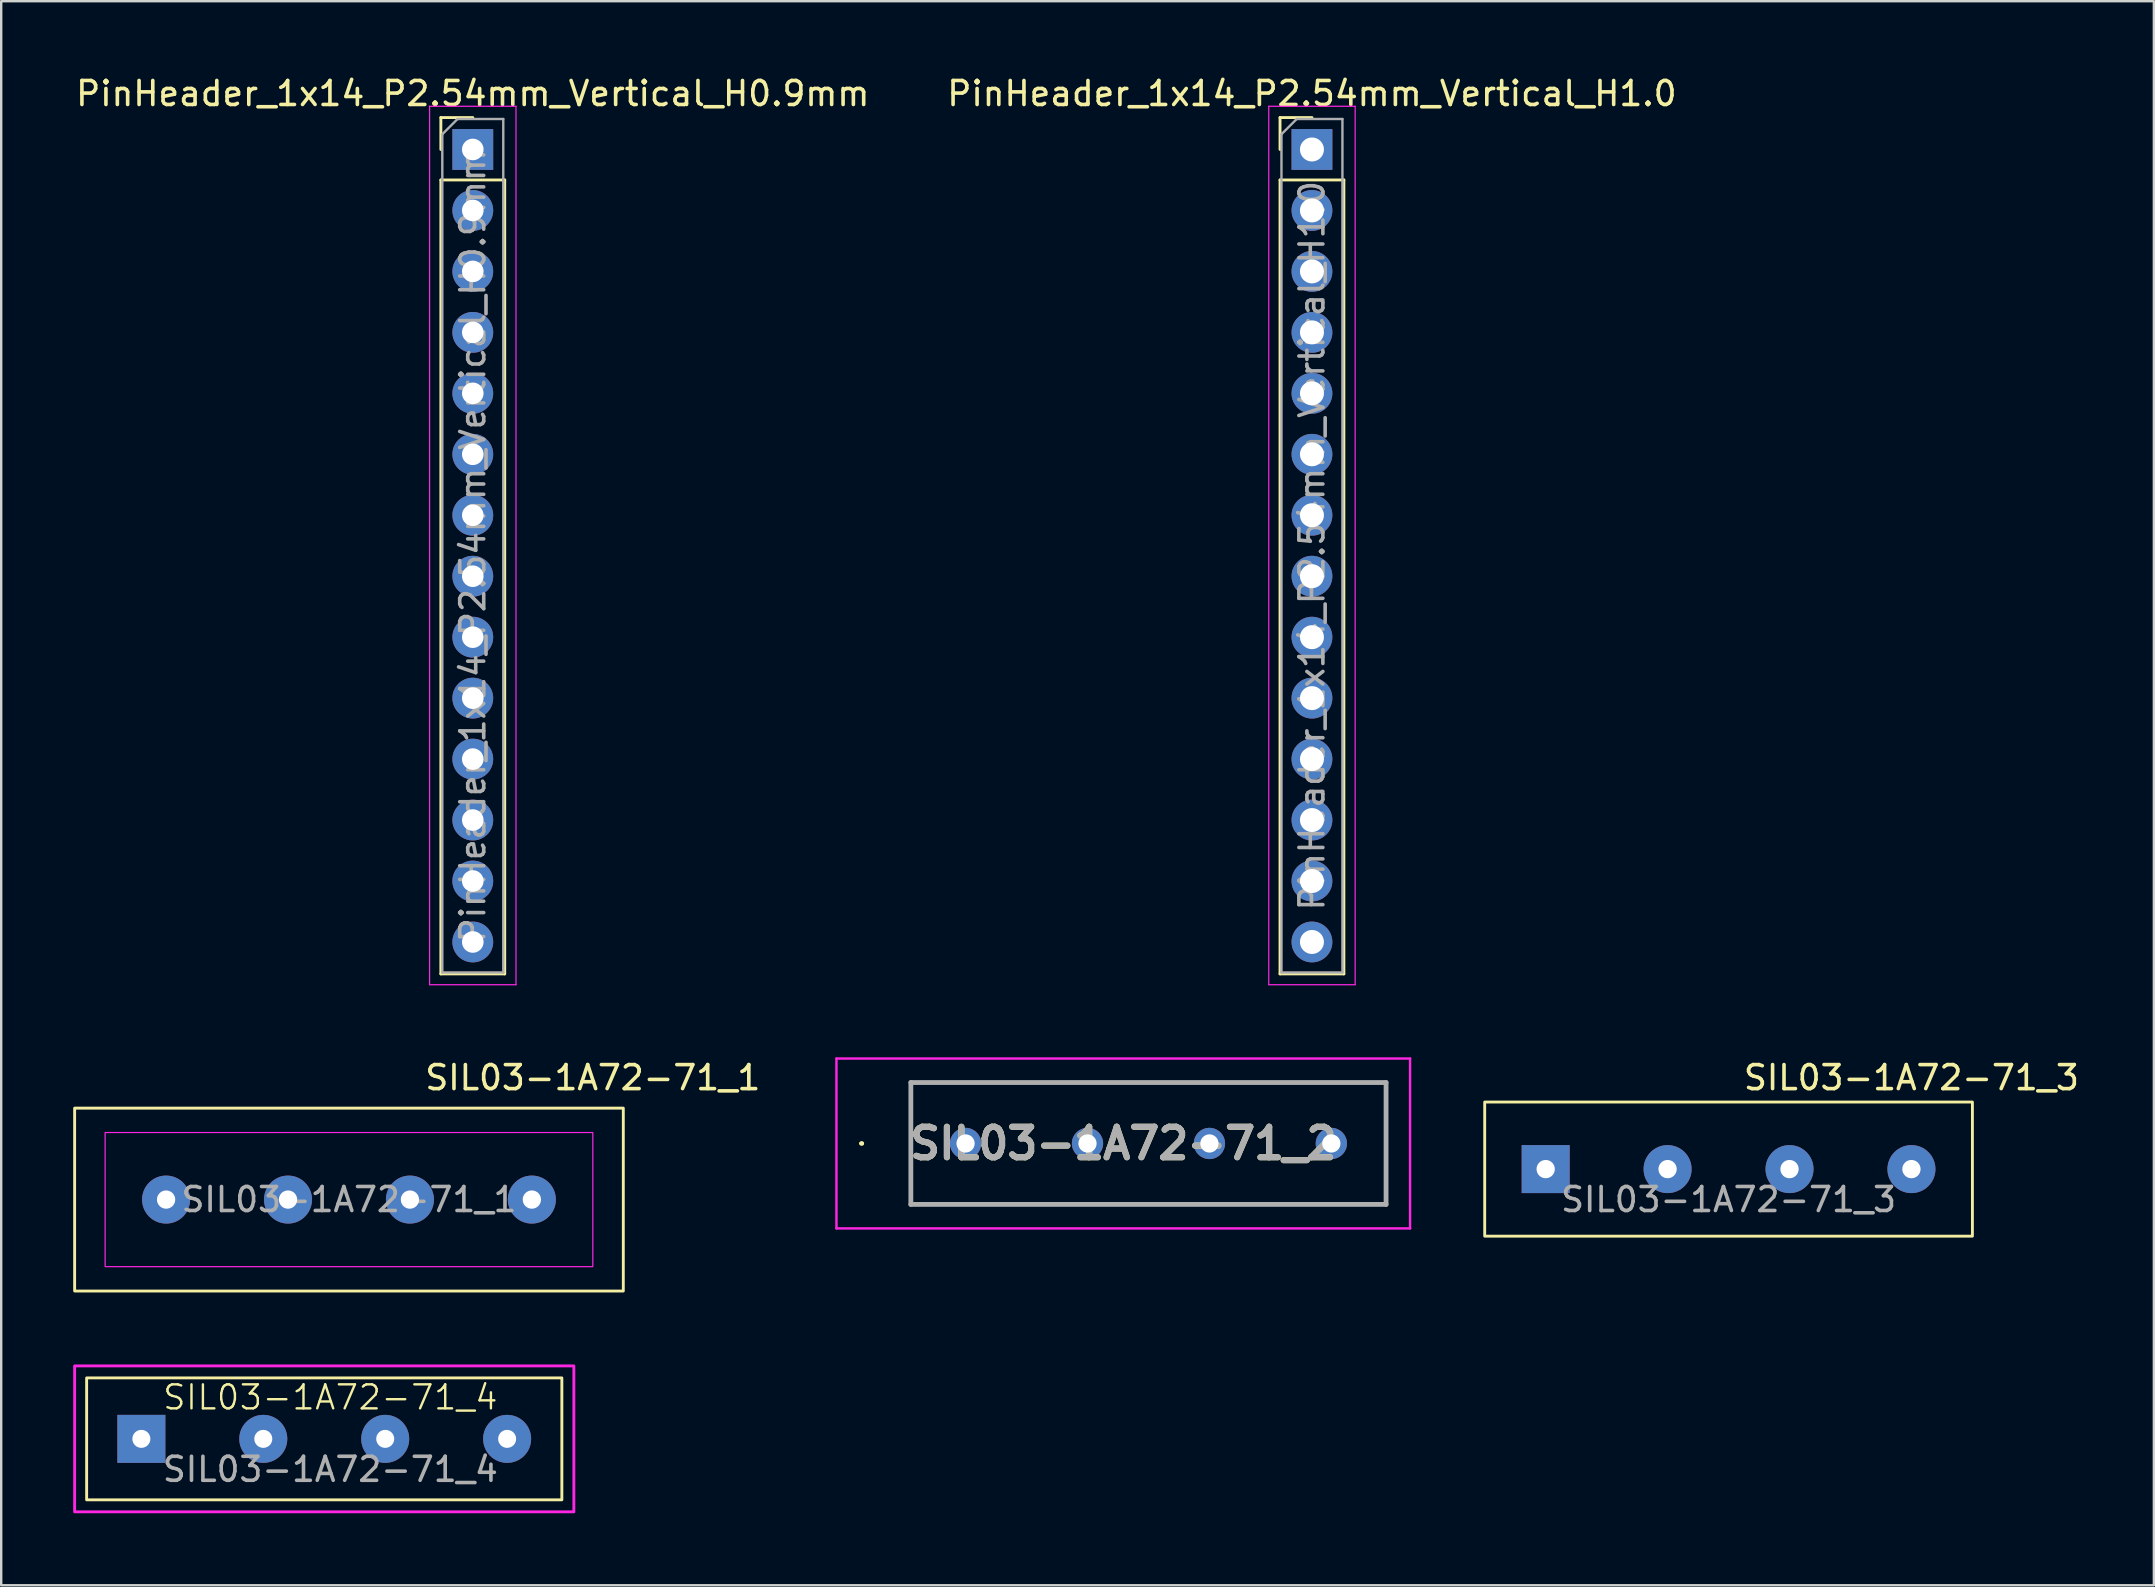
<source format=kicad_pcb>
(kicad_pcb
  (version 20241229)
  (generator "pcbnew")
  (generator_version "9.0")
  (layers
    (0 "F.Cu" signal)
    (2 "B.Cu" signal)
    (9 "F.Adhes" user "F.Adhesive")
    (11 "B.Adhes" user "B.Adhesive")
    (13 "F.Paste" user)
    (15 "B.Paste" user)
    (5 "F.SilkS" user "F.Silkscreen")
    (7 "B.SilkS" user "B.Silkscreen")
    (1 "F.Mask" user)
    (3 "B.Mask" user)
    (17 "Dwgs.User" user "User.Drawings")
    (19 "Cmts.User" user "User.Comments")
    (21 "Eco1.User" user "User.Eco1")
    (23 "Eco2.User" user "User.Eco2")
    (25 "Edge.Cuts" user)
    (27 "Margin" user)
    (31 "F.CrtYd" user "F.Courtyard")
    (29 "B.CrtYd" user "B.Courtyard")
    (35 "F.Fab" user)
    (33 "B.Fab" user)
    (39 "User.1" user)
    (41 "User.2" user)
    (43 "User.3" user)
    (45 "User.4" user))
  (footprint "SIL03-1A72-71_4"
    (layer "F.Cu")
    (at 10.46 56.901)
    (property "Reference" "SIL03-1A72-71_4" (at 0.254 -1.73 0) (unlocked yes) (layer "F.SilkS") (effects (font (size 1 1) (thickness 0.1))))
    (attr through_hole)
    (fp_rect (start -9.9 -2.54) (end 9.9 2.54) (stroke (width 0.12) (type default)) (fill no) (layer "F.SilkS"))
    (fp_rect (start -10.4 -3.04) (end 10.4 3.04) (stroke (width 0.12) (type default)) (fill no) (layer "F.CrtYd"))
    (fp_text user "${REFERENCE}" (at 0.254 1.27 0) (unlocked yes) (layer "F.Fab") (effects (font (size 1 1) (thickness 0.15))))
    (pad "1" thru_hole rect (at -7.62 0) (size 2 2) (drill 0.75) (layers "*.Cu" "*.Mask"))
    (pad "3" thru_hole circle (at -2.54 0) (size 2 2) (drill 0.75) (layers "*.Cu" "*.Mask" "Eco1.User"))
    (pad "5" thru_hole circle (at 2.54 0) (size 2 2) (drill 0.75) (layers "*.Cu" "*.Mask"))
    (pad "7" thru_hole circle (at 7.62 0) (size 2 2) (drill 0.75) (layers "*.Cu" "*.Mask")))
  (footprint "SIL03-1A72-71_3"
    (layer "F.Cu")
    (at 68.971 45.661)
    (property "Reference" "SIL03-1A72-71_3" (at 7.62 -3.81 0) (unlocked yes) (layer "F.SilkS") (effects (font (size 1 1) (thickness 0.15))))
    (attr through_hole)
    (fp_poly (pts (xy -10.16 -2.794) (xy 10.16 -2.794) (xy 10.16 2.794) (xy -10.16 2.794)) (stroke (width 0.12) (type solid)) (fill no) (layer "F.SilkS"))
    (fp_text user "${REFERENCE}" (at 0 1.27 0) (unlocked yes) (layer "F.Fab") (effects (font (size 1 1) (thickness 0.15))))
    (pad "1" thru_hole rect (at -7.62 0) (size 2 2) (drill 0.762) (layers "*.Cu" "*.Mask"))
    (pad "3" thru_hole circle (at -2.54 0) (size 2 2) (drill 0.762) (layers "*.Cu" "*.Mask"))
    (pad "5" thru_hole circle (at 2.54 0) (size 2 2) (drill 0.762) (layers "*.Cu" "*.Mask"))
    (pad "7" thru_hole circle (at 7.62 0) (size 2 2) (drill 0.762) (layers "*.Cu" "*.Mask")))
  (footprint "PinHeader_1x14_P2.54mm_Vertical_H0.9mm"
    (layer "F.Cu")
    (at 16.649 3.178)
    (property "Reference" "PinHeader_1x14_P2.54mm_Vertical_H0.9mm" (at 0 -2.33 0) (layer "F.SilkS") (effects (font (size 1 1) (thickness 0.15))))
    (attr through_hole)
    (fp_line (start -1.33 -1.33) (end 0 -1.33) (stroke (width 0.12) (type solid)) (layer "F.SilkS"))
    (fp_line (start -1.33 0) (end -1.33 -1.33) (stroke (width 0.12) (type solid)) (layer "F.SilkS"))
    (fp_line (start -1.33 1.27) (end -1.33 34.35) (stroke (width 0.12) (type solid)) (layer "F.SilkS"))
    (fp_line (start -1.33 1.27) (end 1.33 1.27) (stroke (width 0.12) (type solid)) (layer "F.SilkS"))
    (fp_line (start -1.33 34.35) (end 1.33 34.35) (stroke (width 0.12) (type solid)) (layer "F.SilkS"))
    (fp_line (start 1.33 1.27) (end 1.33 34.35) (stroke (width 0.12) (type solid)) (layer "F.SilkS"))
    (fp_line (start -1.8 -1.8) (end -1.8 34.8) (stroke (width 0.05) (type solid)) (layer "F.CrtYd"))
    (fp_line (start -1.8 34.8) (end 1.8 34.8) (stroke (width 0.05) (type solid)) (layer "F.CrtYd"))
    (fp_line (start 1.8 -1.8) (end -1.8 -1.8) (stroke (width 0.05) (type solid)) (layer "F.CrtYd"))
    (fp_line (start 1.8 34.8) (end 1.8 -1.8) (stroke (width 0.05) (type solid)) (layer "F.CrtYd"))
    (fp_line (start -1.27 -0.635) (end -0.635 -1.27) (stroke (width 0.1) (type solid)) (layer "F.Fab"))
    (fp_line (start -1.27 34.29) (end -1.27 -0.635) (stroke (width 0.1) (type solid)) (layer "F.Fab"))
    (fp_line (start -0.635 -1.27) (end 1.27 -1.27) (stroke (width 0.1) (type solid)) (layer "F.Fab"))
    (fp_line (start 1.27 -1.27) (end 1.27 34.29) (stroke (width 0.1) (type solid)) (layer "F.Fab"))
    (fp_line (start 1.27 34.29) (end -1.27 34.29) (stroke (width 0.1) (type solid)) (layer "F.Fab"))
    (fp_text user "${REFERENCE}" (at 0 16.51 90) (layer "F.Fab") (effects (font (size 1 1) (thickness 0.15))))
    (pad "1" thru_hole rect (at 0 0) (size 1.7 1.7) (drill 0.9) (layers "*.Cu" "*.Mask"))
    (pad "2" thru_hole oval (at 0 2.54) (size 1.7 1.7) (drill 0.9) (layers "*.Cu" "*.Mask"))
    (pad "3" thru_hole oval (at 0 5.08) (size 1.7 1.7) (drill 0.9) (layers "*.Cu" "*.Mask"))
    (pad "4" thru_hole oval (at 0 7.62) (size 1.7 1.7) (drill 0.9) (layers "*.Cu" "*.Mask"))
    (pad "5" thru_hole oval (at 0 10.16) (size 1.7 1.7) (drill 0.9) (layers "*.Cu" "*.Mask"))
    (pad "6" thru_hole oval (at 0 12.7) (size 1.7 1.7) (drill 0.9) (layers "*.Cu" "*.Mask"))
    (pad "7" thru_hole oval (at 0 15.24) (size 1.7 1.7) (drill 0.9) (layers "*.Cu" "*.Mask"))
    (pad "8" thru_hole oval (at 0 17.78) (size 1.7 1.7) (drill 0.9) (layers "*.Cu" "*.Mask"))
    (pad "9" thru_hole oval (at 0 20.32) (size 1.7 1.7) (drill 0.9) (layers "*.Cu" "*.Mask"))
    (pad "10" thru_hole oval (at 0 22.86) (size 1.7 1.7) (drill 0.9) (layers "*.Cu" "*.Mask"))
    (pad "11" thru_hole oval (at 0 25.4) (size 1.7 1.7) (drill 0.9) (layers "*.Cu" "*.Mask"))
    (pad "12" thru_hole oval (at 0 27.94) (size 1.7 1.7) (drill 0.9) (layers "*.Cu" "*.Mask"))
    (pad "13" thru_hole oval (at 0 30.48) (size 1.7 1.7) (drill 0.9) (layers "*.Cu" "*.Mask"))
    (pad "14" thru_hole oval (at 0 33.02) (size 1.7 1.7) (drill 0.9) (layers "*.Cu" "*.Mask")))
  (footprint "SIL03-1A72-71_2"
    (layer "F.Cu")
    (at 37.181 44.593)
    (property "Reference" "SIL03-1A72-71_2" (at 6.57 0 0) (layer "F.SilkS") (effects (font (size 1.27 1.27) (thickness 0.254))))
    (attr through_hole)
    (fp_line (start -4.38 0) (end -4.38 0) (stroke (width 0.1) (type solid)) (layer "F.SilkS"))
    (fp_line (start -4.28 0) (end -4.28 0) (stroke (width 0.1) (type solid)) (layer "F.SilkS"))
    (fp_line (start -2.28 -2.54) (end 17.52 -2.54) (stroke (width 0.1) (type solid)) (layer "F.SilkS"))
    (fp_line (start -2.28 2.54) (end -2.28 -2.54) (stroke (width 0.1) (type solid)) (layer "F.SilkS"))
    (fp_line (start 17.52 -2.54) (end 17.52 2.54) (stroke (width 0.1) (type solid)) (layer "F.SilkS"))
    (fp_line (start 17.52 2.54) (end -2.28 2.54) (stroke (width 0.1) (type solid)) (layer "F.SilkS"))
    (fp_arc (start -4.38 0) (mid -4.33 -0.05) (end -4.28 0) (stroke (width 0.1) (type solid)) (layer "F.SilkS"))
    (fp_arc (start -4.28 0) (mid -4.33 0.05) (end -4.38 0) (stroke (width 0.1) (type solid)) (layer "F.SilkS"))
    (fp_line (start -5.38 -3.54) (end 18.52 -3.54) (stroke (width 0.1) (type solid)) (layer "F.CrtYd"))
    (fp_line (start -5.38 3.54) (end -5.38 -3.54) (stroke (width 0.1) (type solid)) (layer "F.CrtYd"))
    (fp_line (start 18.52 -3.54) (end 18.52 3.54) (stroke (width 0.1) (type solid)) (layer "F.CrtYd"))
    (fp_line (start 18.52 3.54) (end -5.38 3.54) (stroke (width 0.1) (type solid)) (layer "F.CrtYd"))
    (fp_line (start -2.28 -2.54) (end 17.52 -2.54) (stroke (width 0.2) (type solid)) (layer "F.Fab"))
    (fp_line (start -2.28 2.54) (end -2.28 -2.54) (stroke (width 0.2) (type solid)) (layer "F.Fab"))
    (fp_line (start 17.52 -2.54) (end 17.52 2.54) (stroke (width 0.2) (type solid)) (layer "F.Fab"))
    (fp_line (start 17.52 2.54) (end -2.28 2.54) (stroke (width 0.2) (type solid)) (layer "F.Fab"))
    (fp_text user "${REFERENCE}" (at 6.57 0 0) (layer "F.Fab") (effects (font (size 1.27 1.27) (thickness 0.254))))
    (pad "1" thru_hole circle (at 0 0) (size 1.303 1.303) (drill 0.76) (layers "*.Cu" "*.Mask"))
    (pad "3" thru_hole circle (at 5.08 0) (size 1.303 1.303) (drill 0.76) (layers "*.Cu" "*.Mask"))
    (pad "5" thru_hole circle (at 10.16 0) (size 1.303 1.303) (drill 0.76) (layers "*.Cu" "*.Mask"))
    (pad "7" thru_hole circle (at 15.24 0) (size 1.303 1.303) (drill 0.76) (layers "*.Cu" "*.Mask")))
  (footprint "SIL03-1A72-71_1"
    (layer "F.Cu")
    (at 11.49 46.931)
    (property "Reference" "SIL03-1A72-71_1" (at 10.16 -5.08 0) (unlocked yes) (layer "F.SilkS") (effects (font (size 1 1) (thickness 0.15))))
    (attr through_hole)
    (fp_rect (start -11.43 -3.81) (end 11.43 3.81) (stroke (width 0.12) (type solid)) (fill no) (layer "F.SilkS"))
    (fp_rect (start -10.16 -2.794) (end 10.16 2.794) (stroke (width 0.05) (type solid)) (fill no) (layer "F.CrtYd"))
    (fp_text user "${REFERENCE}" (at 0 0 0) (unlocked yes) (layer "F.Fab") (effects (font (size 1 1) (thickness 0.15))))
    (pad "1" thru_hole circle (at -7.62 0) (size 2 2) (drill 0.762) (layers "*.Cu" "*.Mask"))
    (pad "3" thru_hole circle (at -2.54 0) (size 2 2) (drill 0.762) (layers "*.Cu" "*.Mask"))
    (pad "5" thru_hole circle (at 2.54 0) (size 2 2) (drill 0.762) (layers "*.Cu" "*.Mask"))
    (pad "7" thru_hole circle (at 7.62 0) (size 2 2) (drill 0.762) (layers "*.Cu" "*.Mask")))
  (footprint "PinHeader_1x14_P2.54mm_Vertical_H1.0"
    (layer "F.Cu")
    (at 51.613 3.178)
    (property "Reference" "PinHeader_1x14_P2.54mm_Vertical_H1.0" (at 0 -2.33 0) (layer "F.SilkS") (effects (font (size 1 1) (thickness 0.15))))
    (attr through_hole)
    (fp_line (start -1.33 -1.33) (end 0 -1.33) (stroke (width 0.12) (type solid)) (layer "F.SilkS"))
    (fp_line (start -1.33 0) (end -1.33 -1.33) (stroke (width 0.12) (type solid)) (layer "F.SilkS"))
    (fp_line (start -1.33 1.27) (end -1.33 34.35) (stroke (width 0.12) (type solid)) (layer "F.SilkS"))
    (fp_line (start -1.33 1.27) (end 1.33 1.27) (stroke (width 0.12) (type solid)) (layer "F.SilkS"))
    (fp_line (start -1.33 34.35) (end 1.33 34.35) (stroke (width 0.12) (type solid)) (layer "F.SilkS"))
    (fp_line (start 1.33 1.27) (end 1.33 34.35) (stroke (width 0.12) (type solid)) (layer "F.SilkS"))
    (fp_line (start -1.8 -1.8) (end -1.8 34.8) (stroke (width 0.05) (type solid)) (layer "F.CrtYd"))
    (fp_line (start -1.8 34.8) (end 1.8 34.8) (stroke (width 0.05) (type solid)) (layer "F.CrtYd"))
    (fp_line (start 1.8 -1.8) (end -1.8 -1.8) (stroke (width 0.05) (type solid)) (layer "F.CrtYd"))
    (fp_line (start 1.8 34.8) (end 1.8 -1.8) (stroke (width 0.05) (type solid)) (layer "F.CrtYd"))
    (fp_line (start -1.27 -0.635) (end -0.635 -1.27) (stroke (width 0.1) (type solid)) (layer "F.Fab"))
    (fp_line (start -1.27 34.29) (end -1.27 -0.635) (stroke (width 0.1) (type solid)) (layer "F.Fab"))
    (fp_line (start -0.635 -1.27) (end 1.27 -1.27) (stroke (width 0.1) (type solid)) (layer "F.Fab"))
    (fp_line (start 1.27 -1.27) (end 1.27 34.29) (stroke (width 0.1) (type solid)) (layer "F.Fab"))
    (fp_line (start 1.27 34.29) (end -1.27 34.29) (stroke (width 0.1) (type solid)) (layer "F.Fab"))
    (fp_text user "${REFERENCE}" (at 0 16.51 90) (layer "F.Fab") (effects (font (size 1 1) (thickness 0.15))))
    (pad "1" thru_hole rect (at 0 0) (size 1.7 1.7) (drill 1) (layers "*.Cu" "*.Mask"))
    (pad "2" thru_hole oval (at 0 2.54) (size 1.7 1.7) (drill 1) (layers "*.Cu" "*.Mask"))
    (pad "3" thru_hole oval (at 0 5.08) (size 1.7 1.7) (drill 1) (layers "*.Cu" "*.Mask"))
    (pad "4" thru_hole oval (at 0 7.62) (size 1.7 1.7) (drill 1) (layers "*.Cu" "*.Mask"))
    (pad "5" thru_hole oval (at 0 10.16) (size 1.7 1.7) (drill 1) (layers "*.Cu" "*.Mask"))
    (pad "6" thru_hole oval (at 0 12.7) (size 1.7 1.7) (drill 1) (layers "*.Cu" "*.Mask"))
    (pad "7" thru_hole oval (at 0 15.24) (size 1.7 1.7) (drill 1) (layers "*.Cu" "*.Mask"))
    (pad "8" thru_hole oval (at 0 17.78) (size 1.7 1.7) (drill 1) (layers "*.Cu" "*.Mask"))
    (pad "9" thru_hole oval (at 0 20.32) (size 1.7 1.7) (drill 1) (layers "*.Cu" "*.Mask"))
    (pad "10" thru_hole oval (at 0 22.86) (size 1.7 1.7) (drill 1) (layers "*.Cu" "*.Mask"))
    (pad "11" thru_hole oval (at 0 25.4) (size 1.7 1.7) (drill 1) (layers "*.Cu" "*.Mask"))
    (pad "12" thru_hole oval (at 0 27.94) (size 1.7 1.7) (drill 1) (layers "*.Cu" "*.Mask"))
    (pad "13" thru_hole oval (at 0 30.48) (size 1.7 1.7) (drill 1) (layers "*.Cu" "*.Mask"))
    (pad "14" thru_hole oval (at 0 33.02) (size 1.7 1.7) (drill 1) (layers "*.Cu" "*.Mask")))
  (gr_rect
    (start -3 -3)
    (end 86.692 63.002)
    (stroke (width 0.1) (type default))
    (fill no)
    (layer "Edge.Cuts")))
</source>
